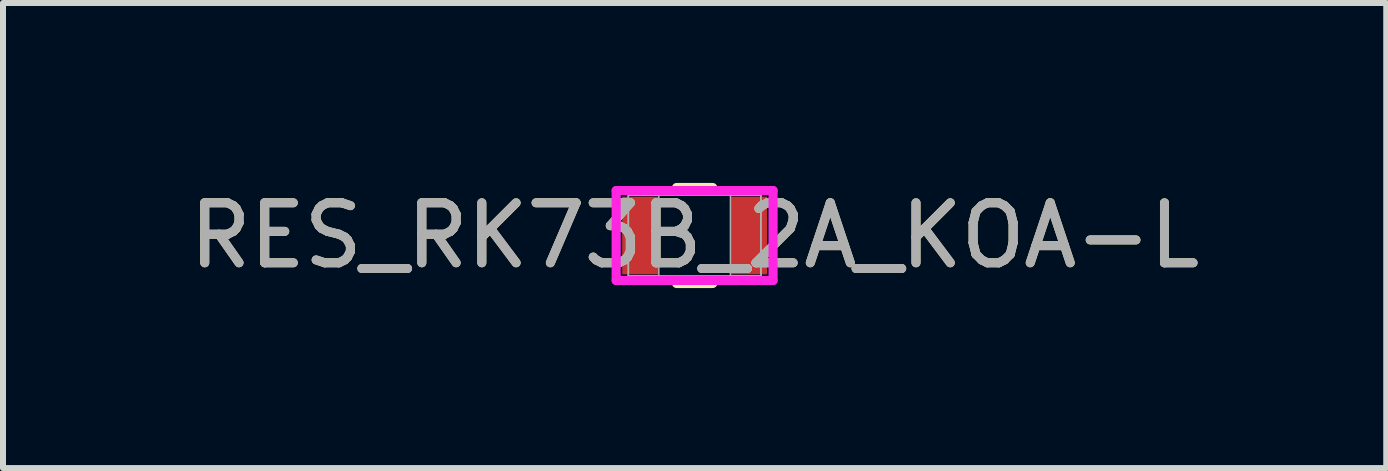
<source format=kicad_pcb>
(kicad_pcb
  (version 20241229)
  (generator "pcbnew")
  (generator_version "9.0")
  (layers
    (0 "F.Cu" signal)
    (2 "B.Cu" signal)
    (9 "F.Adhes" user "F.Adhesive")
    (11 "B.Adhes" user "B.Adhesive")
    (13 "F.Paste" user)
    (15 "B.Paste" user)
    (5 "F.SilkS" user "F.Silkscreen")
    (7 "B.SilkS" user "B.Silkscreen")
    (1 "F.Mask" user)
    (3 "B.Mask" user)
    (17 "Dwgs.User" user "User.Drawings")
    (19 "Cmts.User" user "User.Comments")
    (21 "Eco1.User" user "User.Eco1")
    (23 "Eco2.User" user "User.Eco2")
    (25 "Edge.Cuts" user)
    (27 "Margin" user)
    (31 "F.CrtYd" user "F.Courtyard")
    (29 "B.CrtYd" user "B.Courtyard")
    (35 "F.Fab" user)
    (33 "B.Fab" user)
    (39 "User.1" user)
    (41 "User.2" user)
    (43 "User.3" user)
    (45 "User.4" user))
  (footprint "RES_RK73B_2A_KOA-L"
    (layer "F.Cu")
    (at 8.53 0.876)
    (property "Reference" "RES_RK73B_2A_KOA-L" (at 0 0 0) (unlocked yes) (layer "F.SilkS") (effects (font (size 1 1) (thickness 0.15))))
    (attr smd)
    (fp_line (start -0.301 0.8) (end 0.301 0.8) (stroke (width 0.152) (type solid)) (layer "F.SilkS"))
    (fp_line (start 0.301 -0.8) (end -0.301 -0.8) (stroke (width 0.152) (type solid)) (layer "F.SilkS"))
    (fp_line (start -1.308 -0.749) (end 1.308 -0.749) (stroke (width 0.152) (type solid)) (layer "F.CrtYd"))
    (fp_line (start -1.308 0.749) (end -1.308 -0.749) (stroke (width 0.152) (type solid)) (layer "F.CrtYd"))
    (fp_line (start 1.308 -0.749) (end 1.308 0.749) (stroke (width 0.152) (type solid)) (layer "F.CrtYd"))
    (fp_line (start 1.308 0.749) (end -1.308 0.749) (stroke (width 0.152) (type solid)) (layer "F.CrtYd"))
    (fp_line (start -1.105 -0.673) (end -1.105 0.673) (stroke (width 0.025) (type solid)) (layer "F.Fab"))
    (fp_line (start -1.105 -0.673) (end -1.105 0.673) (stroke (width 0.025) (type solid)) (layer "F.Fab"))
    (fp_line (start -1.105 0.673) (end -0.597 0.673) (stroke (width 0.025) (type solid)) (layer "F.Fab"))
    (fp_line (start -1.105 0.673) (end 1.105 0.673) (stroke (width 0.025) (type solid)) (layer "F.Fab"))
    (fp_line (start -0.597 -0.673) (end -1.105 -0.673) (stroke (width 0.025) (type solid)) (layer "F.Fab"))
    (fp_line (start -0.597 0.673) (end -0.597 -0.673) (stroke (width 0.025) (type solid)) (layer "F.Fab"))
    (fp_line (start 0.597 -0.673) (end 0.597 0.673) (stroke (width 0.025) (type solid)) (layer "F.Fab"))
    (fp_line (start 0.597 0.673) (end 1.105 0.673) (stroke (width 0.025) (type solid)) (layer "F.Fab"))
    (fp_line (start 1.105 -0.673) (end -1.105 -0.673) (stroke (width 0.025) (type solid)) (layer "F.Fab"))
    (fp_line (start 1.105 -0.673) (end 0.597 -0.673) (stroke (width 0.025) (type solid)) (layer "F.Fab"))
    (fp_line (start 1.105 0.673) (end 1.105 -0.673) (stroke (width 0.025) (type solid)) (layer "F.Fab"))
    (fp_line (start 1.105 0.673) (end 1.105 -0.673) (stroke (width 0.025) (type solid)) (layer "F.Fab"))
    (fp_text user "${REFERENCE}" (at 0 0 0) (unlocked yes) (layer "F.Fab") (effects (font (size 1 1) (thickness 0.15))))
    (pad "1" smd rect (at -0.902 0) (size 0.61 1.295) (layers "F.Cu" "F.Mask" "F.Paste"))
    (pad "2" smd rect (at 0.902 0) (size 0.61 1.295) (layers "F.Cu" "F.Mask" "F.Paste"))
    (zone (net_name "") (layer "F.Cu") (hatch full 0.508) (connect_pads) (min_thickness 0.254) (filled_areas_thickness no) (keepout (tracks not_allowed) (vias not_allowed) (pads allowed) (copperpour not_allowed) (footprints allowed)) (placement (enabled no)) (fill) (polygon (pts (xy 7.984 0.254) (xy 9.076 0.254) (xy 9.076 1.499) (xy 7.984 1.499)))))
  (gr_rect
    (start -3 -3)
    (end 20.06 4.753)
    (stroke (width 0.1) (type default))
    (fill no)
    (layer "Edge.Cuts")))
</source>
